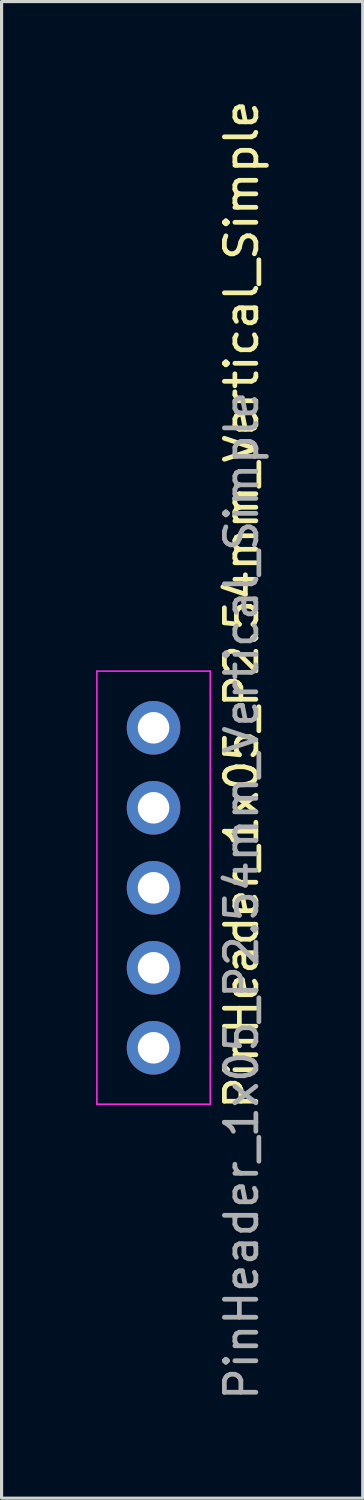
<source format=kicad_pcb>
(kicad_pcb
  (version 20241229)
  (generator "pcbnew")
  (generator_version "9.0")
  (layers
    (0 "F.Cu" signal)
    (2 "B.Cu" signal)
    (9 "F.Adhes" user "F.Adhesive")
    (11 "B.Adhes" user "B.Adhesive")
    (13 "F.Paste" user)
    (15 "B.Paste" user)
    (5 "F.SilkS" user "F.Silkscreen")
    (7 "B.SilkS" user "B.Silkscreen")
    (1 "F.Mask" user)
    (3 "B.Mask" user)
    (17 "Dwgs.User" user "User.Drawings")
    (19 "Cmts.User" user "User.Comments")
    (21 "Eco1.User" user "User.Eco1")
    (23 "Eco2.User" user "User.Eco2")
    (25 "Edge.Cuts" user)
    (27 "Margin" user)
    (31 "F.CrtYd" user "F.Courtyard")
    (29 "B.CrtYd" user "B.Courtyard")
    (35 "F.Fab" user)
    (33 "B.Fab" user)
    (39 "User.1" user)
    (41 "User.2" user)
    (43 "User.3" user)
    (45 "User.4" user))
  (footprint "PinHeader_1x05_P2.54mm_Vertical_Simple"
    (layer "F.Cu")
    (at 1.825 20.058)
    (property "Reference" "PinHeader_1x05_P2.54mm_Vertical_Simple" (at 2.794 12.192 90) (layer "F.SilkS") (effects (font (size 1 1) (thickness 0.15)) (justify left)))
    (attr through_hole)
    (fp_line (start -1.8 -1.8) (end -1.8 11.95) (stroke (width 0.05) (type solid)) (layer "F.CrtYd"))
    (fp_line (start -1.8 11.95) (end 1.8 11.95) (stroke (width 0.05) (type solid)) (layer "F.CrtYd"))
    (fp_line (start 1.8 -1.8) (end -1.8 -1.8) (stroke (width 0.05) (type solid)) (layer "F.CrtYd"))
    (fp_line (start 1.8 11.95) (end 1.8 -1.8) (stroke (width 0.05) (type solid)) (layer "F.CrtYd"))
    (fp_text user "${REFERENCE}" (at 2.794 5.334 90) (layer "F.Fab") (effects (font (size 1 1) (thickness 0.15))))
    (pad "1" thru_hole circle (at 0 0) (size 1.7 1.7) (drill 1) (layers "*.Cu" "*.Mask"))
    (pad "2" thru_hole oval (at 0 2.54) (size 1.7 1.7) (drill 1) (layers "*.Cu" "*.Mask"))
    (pad "3" thru_hole oval (at 0 5.08) (size 1.7 1.7) (drill 1) (layers "*.Cu" "*.Mask"))
    (pad "4" thru_hole oval (at 0 7.62) (size 1.7 1.7) (drill 1) (layers "*.Cu" "*.Mask"))
    (pad "5" thru_hole oval (at 0 10.16) (size 1.7 1.7) (drill 1) (layers "*.Cu" "*.Mask")))
  (gr_rect
    (start -3 -3)
    (end 8.467 44.517)
    (stroke (width 0.1) (type default))
    (fill no)
    (layer "Edge.Cuts")))
</source>
